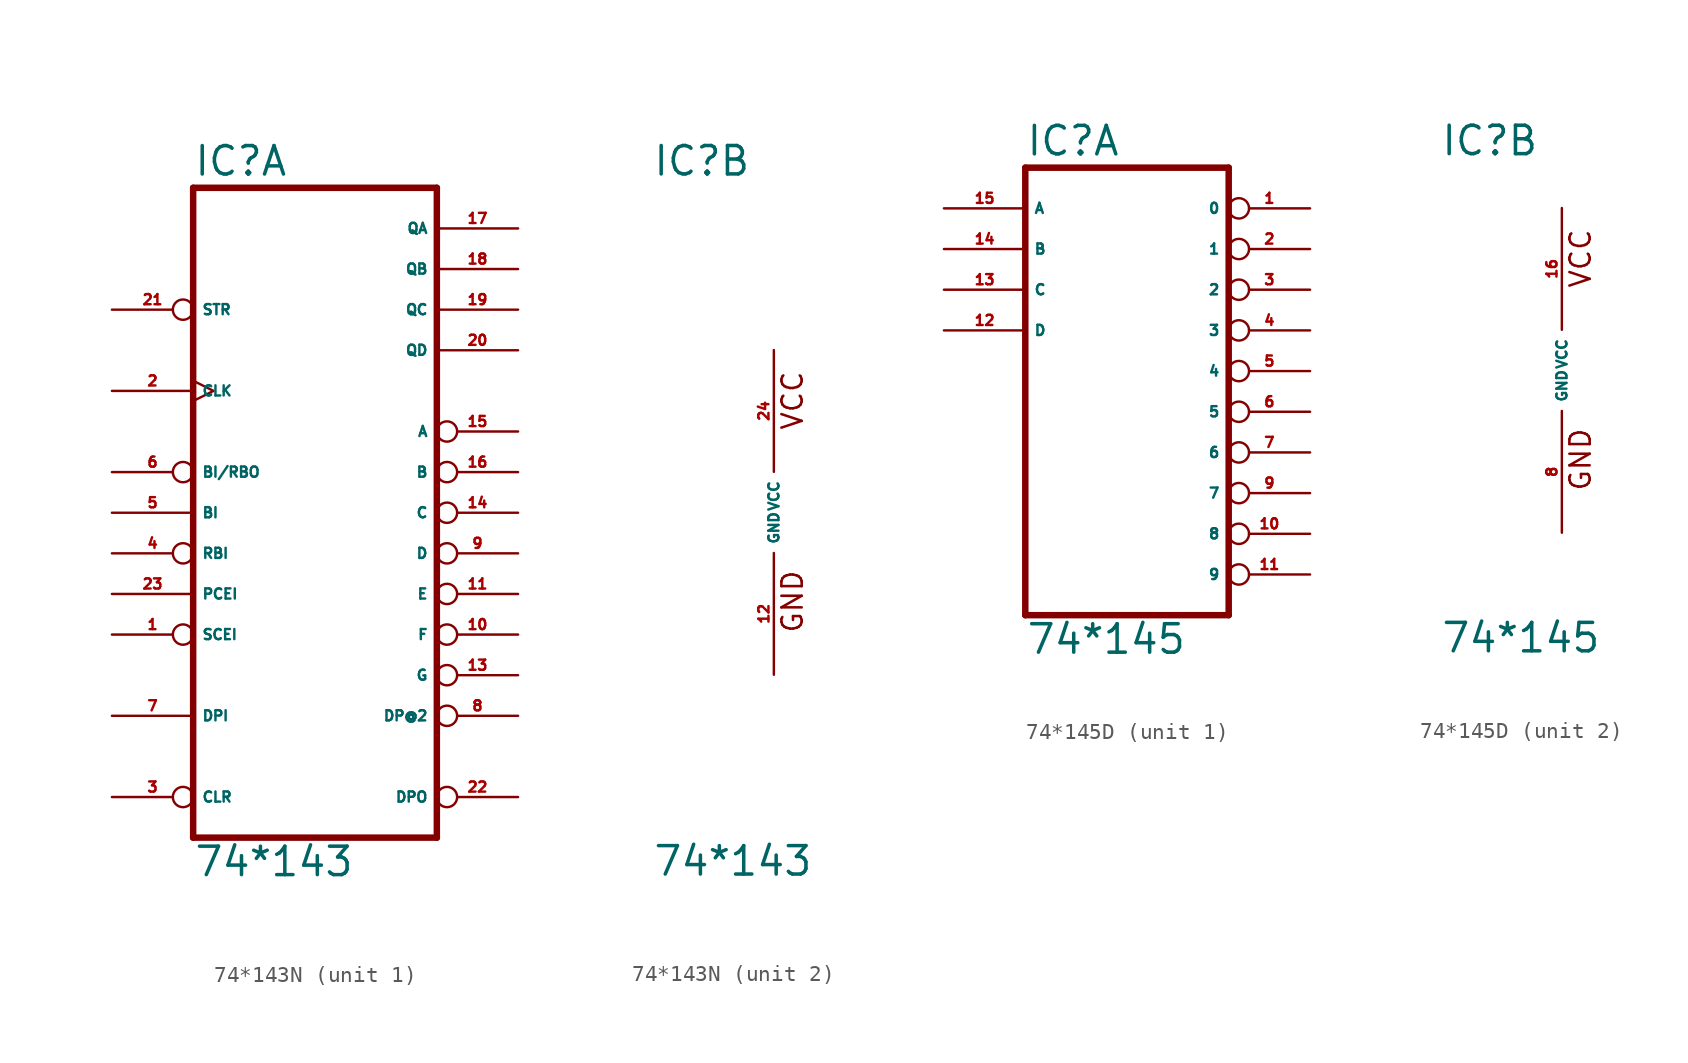
<source format=kicad_sym>
(kicad_symbol_lib
  (version 20220914)
  (generator Eagle2Kicad)
  (symbol "74*143N"
    (property "Reference" "IC"
      (at -7.62 20.955 0)
      (effects (font (size 1.778 1.778) (thickness 0.22)) (justify left bottom)))
    (property "Value" "74*143"
      (at -7.62 -22.86 0)
      (effects (font (size 1.778 1.778) (thickness 0.22)) (justify left bottom)))
    (symbol "74*143N_1_0"
      (polyline (pts (xy -7.62 -20.32) (xy 7.62 -20.32)) (stroke (width 0.406) (type default)) (fill (type none)))
      (polyline (pts (xy 7.62 -20.32) (xy 7.62 20.32)) (stroke (width 0.406) (type default)) (fill (type none)))
      (polyline (pts (xy 7.62 20.32) (xy -7.62 20.32)) (stroke (width 0.406) (type default)) (fill (type none)))
      (polyline (pts (xy -7.62 20.32) (xy -7.62 -20.32)) (stroke (width 0.406) (type default)) (fill (type none)))
      (pin input inverted (at -12.7 -7.62 0) (length 5.08) (name "SCEI" (effects (font (size 0.635 0.635) (thickness 0.08)) (justify left bottom))) (number "1" (effects (font (size 0.635 0.635) (thickness 0.08)) (justify left bottom))))
      (pin input clock (at -12.7 7.62 0) (length 5.08) (name "CLK" (effects (font (size 0.635 0.635) (thickness 0.08)) (justify left bottom))) (number "2" (effects (font (size 0.635 0.635) (thickness 0.08)) (justify left bottom))))
      (pin input inverted (at -12.7 -17.78 0) (length 5.08) (name "CLR" (effects (font (size 0.635 0.635) (thickness 0.08)) (justify left bottom))) (number "3" (effects (font (size 0.635 0.635) (thickness 0.08)) (justify left bottom))))
      (pin input inverted (at -12.7 -2.54 0) (length 5.08) (name "RBI" (effects (font (size 0.635 0.635) (thickness 0.08)) (justify left bottom))) (number "4" (effects (font (size 0.635 0.635) (thickness 0.08)) (justify left bottom))))
      (pin input line (at -12.7 0 0) (length 5.08) (name "BI" (effects (font (size 0.635 0.635) (thickness 0.08)) (justify left bottom))) (number "5" (effects (font (size 0.635 0.635) (thickness 0.08)) (justify left bottom))))
      (pin bidirectional inverted (at -12.7 2.54 0) (length 5.08) (name "BI/RBO" (effects (font (size 0.635 0.635) (thickness 0.08)) (justify left bottom))) (number "6" (effects (font (size 0.635 0.635) (thickness 0.08)) (justify left bottom))))
      (pin input line (at -12.7 -12.7 0) (length 5.08) (name "DPI" (effects (font (size 0.635 0.635) (thickness 0.08)) (justify left bottom))) (number "7" (effects (font (size 0.635 0.635) (thickness 0.08)) (justify left bottom))))
      (pin open_collector inverted (at 12.7 -12.7 180) (length 5.08) (name "DP@2" (effects (font (size 0.635 0.635) (thickness 0.08)) (justify left bottom))) (number "8" (effects (font (size 0.635 0.635) (thickness 0.08)) (justify left bottom))))
      (pin open_collector inverted (at 12.7 -2.54 180) (length 5.08) (name "D" (effects (font (size 0.635 0.635) (thickness 0.08)) (justify left bottom))) (number "9" (effects (font (size 0.635 0.635) (thickness 0.08)) (justify left bottom))))
      (pin open_collector inverted (at 12.7 -7.62 180) (length 5.08) (name "F" (effects (font (size 0.635 0.635) (thickness 0.08)) (justify left bottom))) (number "10" (effects (font (size 0.635 0.635) (thickness 0.08)) (justify left bottom))))
      (pin open_collector inverted (at 12.7 -5.08 180) (length 5.08) (name "E" (effects (font (size 0.635 0.635) (thickness 0.08)) (justify left bottom))) (number "11" (effects (font (size 0.635 0.635) (thickness 0.08)) (justify left bottom))))
      (pin open_collector inverted (at 12.7 -10.16 180) (length 5.08) (name "G" (effects (font (size 0.635 0.635) (thickness 0.08)) (justify left bottom))) (number "13" (effects (font (size 0.635 0.635) (thickness 0.08)) (justify left bottom))))
      (pin open_collector inverted (at 12.7 0 180) (length 5.08) (name "C" (effects (font (size 0.635 0.635) (thickness 0.08)) (justify left bottom))) (number "14" (effects (font (size 0.635 0.635) (thickness 0.08)) (justify left bottom))))
      (pin open_collector inverted (at 12.7 5.08 180) (length 5.08) (name "A" (effects (font (size 0.635 0.635) (thickness 0.08)) (justify left bottom))) (number "15" (effects (font (size 0.635 0.635) (thickness 0.08)) (justify left bottom))))
      (pin open_collector inverted (at 12.7 2.54 180) (length 5.08) (name "B" (effects (font (size 0.635 0.635) (thickness 0.08)) (justify left bottom))) (number "16" (effects (font (size 0.635 0.635) (thickness 0.08)) (justify left bottom))))
      (pin output line (at 12.7 17.78 180) (length 5.08) (name "QA" (effects (font (size 0.635 0.635) (thickness 0.08)) (justify left bottom))) (number "17" (effects (font (size 0.635 0.635) (thickness 0.08)) (justify left bottom))))
      (pin output line (at 12.7 15.24 180) (length 5.08) (name "QB" (effects (font (size 0.635 0.635) (thickness 0.08)) (justify left bottom))) (number "18" (effects (font (size 0.635 0.635) (thickness 0.08)) (justify left bottom))))
      (pin output line (at 12.7 12.7 180) (length 5.08) (name "QC" (effects (font (size 0.635 0.635) (thickness 0.08)) (justify left bottom))) (number "19" (effects (font (size 0.635 0.635) (thickness 0.08)) (justify left bottom))))
      (pin output line (at 12.7 10.16 180) (length 5.08) (name "QD" (effects (font (size 0.635 0.635) (thickness 0.08)) (justify left bottom))) (number "20" (effects (font (size 0.635 0.635) (thickness 0.08)) (justify left bottom))))
      (pin input inverted (at -12.7 12.7 0) (length 5.08) (name "STR" (effects (font (size 0.635 0.635) (thickness 0.08)) (justify left bottom))) (number "21" (effects (font (size 0.635 0.635) (thickness 0.08)) (justify left bottom))))
      (pin output inverted (at 12.7 -17.78 180) (length 5.08) (name "DPO" (effects (font (size 0.635 0.635) (thickness 0.08)) (justify left bottom))) (number "22" (effects (font (size 0.635 0.635) (thickness 0.08)) (justify left bottom))))
      (pin input line (at -12.7 -5.08 0) (length 5.08) (name "PCEI" (effects (font (size 0.635 0.635) (thickness 0.08)) (justify left bottom))) (number "23" (effects (font (size 0.635 0.635) (thickness 0.08)) (justify left bottom)))))
    (symbol "74*143N_2_0"
      (text "GND" (at 1.905 -7.62 900) (effects (font (size 1.27 1.27) (thickness 0.16)) (justify left bottom)))
      (text "VCC" (at 1.905 5.08 900) (effects (font (size 1.27 1.27) (thickness 0.16)) (justify left bottom)))
      (pin unspecified line (at 0 -10.16 90) (length 7.62) (name "GND" (effects (font (size 0.635 0.635) (thickness 0.08)) (justify left bottom))) (number "12" (effects (font (size 0.635 0.635) (thickness 0.08)) (justify left bottom))))
      (pin unspecified line (at 0 10.16 270) (length 7.62) (name "VCC" (effects (font (size 0.635 0.635) (thickness 0.08)) (justify left bottom))) (number "24" (effects (font (size 0.635 0.635) (thickness 0.08)) (justify left bottom))))))
  (symbol "74*145D"
    (property "Reference" "IC"
      (at -7.62 13.335 0)
      (effects (font (size 1.778 1.778) (thickness 0.22)) (justify left bottom)))
    (property "Value" "74*145"
      (at -7.62 -17.78 0)
      (effects (font (size 1.778 1.778) (thickness 0.22)) (justify left bottom)))
    (symbol "74*145D_1_0"
      (polyline (pts (xy -7.62 -15.24) (xy 5.08 -15.24)) (stroke (width 0.406) (type default)) (fill (type none)))
      (polyline (pts (xy 5.08 -15.24) (xy 5.08 12.7)) (stroke (width 0.406) (type default)) (fill (type none)))
      (polyline (pts (xy 5.08 12.7) (xy -7.62 12.7)) (stroke (width 0.406) (type default)) (fill (type none)))
      (polyline (pts (xy -7.62 12.7) (xy -7.62 -15.24)) (stroke (width 0.406) (type default)) (fill (type none)))
      (pin output inverted (at 10.16 10.16 180) (length 5.08) (name "0" (effects (font (size 0.635 0.635) (thickness 0.08)) (justify left bottom))) (number "1" (effects (font (size 0.635 0.635) (thickness 0.08)) (justify left bottom))))
      (pin output inverted (at 10.16 7.62 180) (length 5.08) (name "1" (effects (font (size 0.635 0.635) (thickness 0.08)) (justify left bottom))) (number "2" (effects (font (size 0.635 0.635) (thickness 0.08)) (justify left bottom))))
      (pin output inverted (at 10.16 5.08 180) (length 5.08) (name "2" (effects (font (size 0.635 0.635) (thickness 0.08)) (justify left bottom))) (number "3" (effects (font (size 0.635 0.635) (thickness 0.08)) (justify left bottom))))
      (pin output inverted (at 10.16 2.54 180) (length 5.08) (name "3" (effects (font (size 0.635 0.635) (thickness 0.08)) (justify left bottom))) (number "4" (effects (font (size 0.635 0.635) (thickness 0.08)) (justify left bottom))))
      (pin output inverted (at 10.16 0 180) (length 5.08) (name "4" (effects (font (size 0.635 0.635) (thickness 0.08)) (justify left bottom))) (number "5" (effects (font (size 0.635 0.635) (thickness 0.08)) (justify left bottom))))
      (pin output inverted (at 10.16 -2.54 180) (length 5.08) (name "5" (effects (font (size 0.635 0.635) (thickness 0.08)) (justify left bottom))) (number "6" (effects (font (size 0.635 0.635) (thickness 0.08)) (justify left bottom))))
      (pin output inverted (at 10.16 -5.08 180) (length 5.08) (name "6" (effects (font (size 0.635 0.635) (thickness 0.08)) (justify left bottom))) (number "7" (effects (font (size 0.635 0.635) (thickness 0.08)) (justify left bottom))))
      (pin output inverted (at 10.16 -7.62 180) (length 5.08) (name "7" (effects (font (size 0.635 0.635) (thickness 0.08)) (justify left bottom))) (number "9" (effects (font (size 0.635 0.635) (thickness 0.08)) (justify left bottom))))
      (pin output inverted (at 10.16 -10.16 180) (length 5.08) (name "8" (effects (font (size 0.635 0.635) (thickness 0.08)) (justify left bottom))) (number "10" (effects (font (size 0.635 0.635) (thickness 0.08)) (justify left bottom))))
      (pin output inverted (at 10.16 -12.7 180) (length 5.08) (name "9" (effects (font (size 0.635 0.635) (thickness 0.08)) (justify left bottom))) (number "11" (effects (font (size 0.635 0.635) (thickness 0.08)) (justify left bottom))))
      (pin input line (at -12.7 2.54 0) (length 5.08) (name "D" (effects (font (size 0.635 0.635) (thickness 0.08)) (justify left bottom))) (number "12" (effects (font (size 0.635 0.635) (thickness 0.08)) (justify left bottom))))
      (pin input line (at -12.7 5.08 0) (length 5.08) (name "C" (effects (font (size 0.635 0.635) (thickness 0.08)) (justify left bottom))) (number "13" (effects (font (size 0.635 0.635) (thickness 0.08)) (justify left bottom))))
      (pin input line (at -12.7 7.62 0) (length 5.08) (name "B" (effects (font (size 0.635 0.635) (thickness 0.08)) (justify left bottom))) (number "14" (effects (font (size 0.635 0.635) (thickness 0.08)) (justify left bottom))))
      (pin input line (at -12.7 10.16 0) (length 5.08) (name "A" (effects (font (size 0.635 0.635) (thickness 0.08)) (justify left bottom))) (number "15" (effects (font (size 0.635 0.635) (thickness 0.08)) (justify left bottom)))))
    (symbol "74*145D_2_0"
      (text "GND" (at 1.905 -7.62 900) (effects (font (size 1.27 1.27) (thickness 0.16)) (justify left bottom)))
      (text "VCC" (at 1.905 5.08 900) (effects (font (size 1.27 1.27) (thickness 0.16)) (justify left bottom)))
      (pin unspecified line (at 0 -10.16 90) (length 7.62) (name "GND" (effects (font (size 0.635 0.635) (thickness 0.08)) (justify left bottom))) (number "8" (effects (font (size 0.635 0.635) (thickness 0.08)) (justify left bottom))))
      (pin unspecified line (at 0 10.16 270) (length 7.62) (name "VCC" (effects (font (size 0.635 0.635) (thickness 0.08)) (justify left bottom))) (number "16" (effects (font (size 0.635 0.635) (thickness 0.08)) (justify left bottom)))))))
</source>
